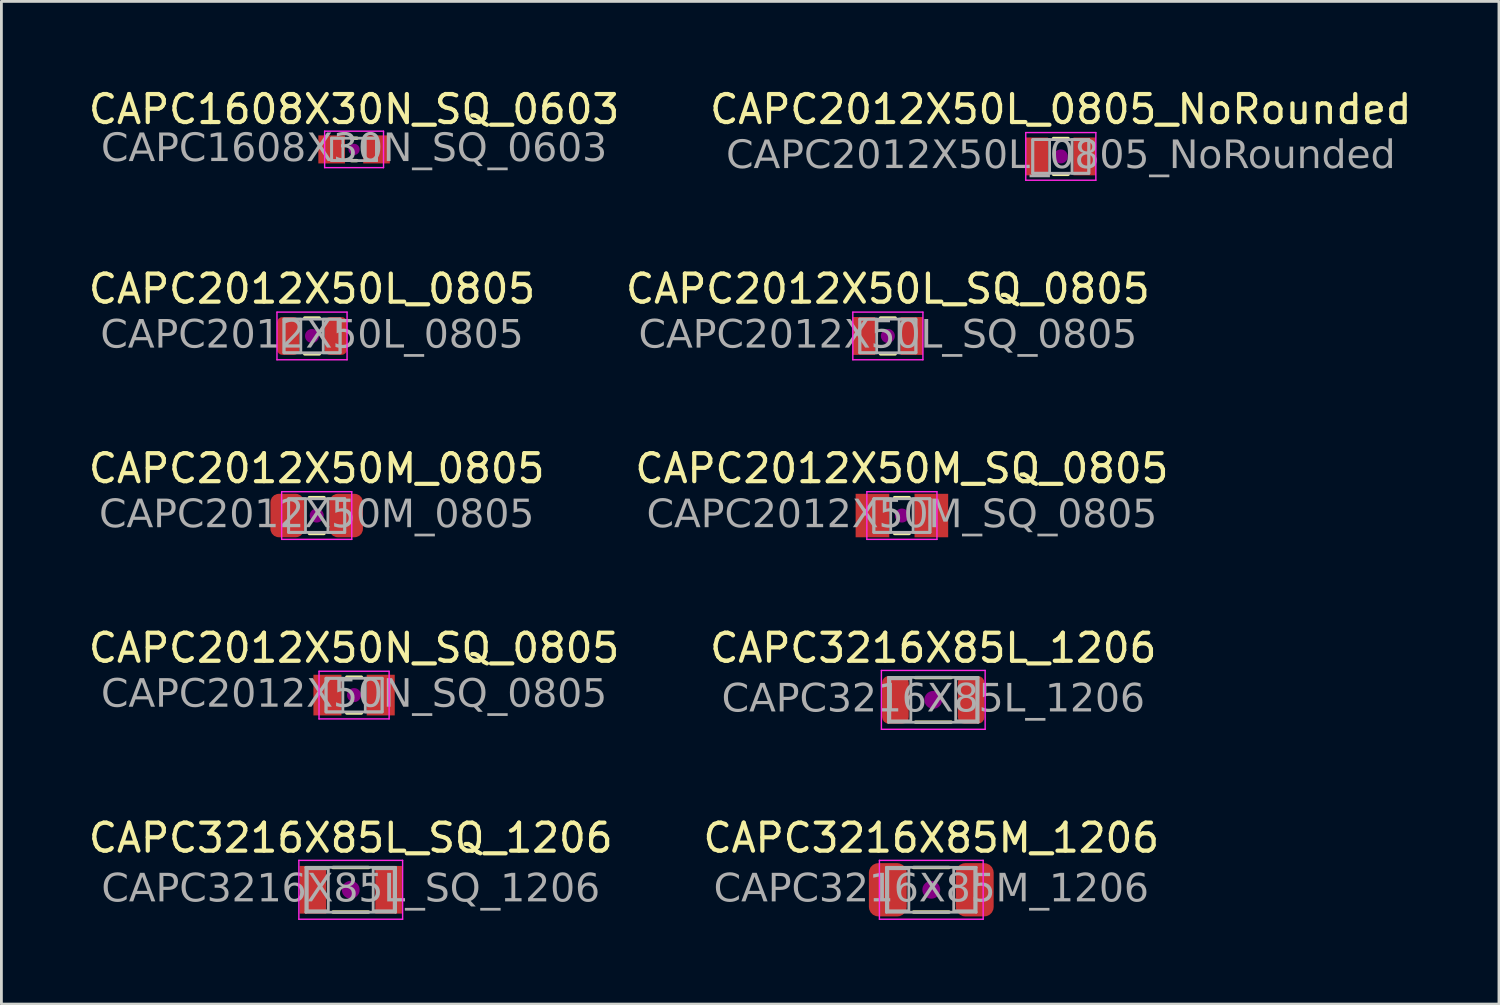
<source format=kicad_pcb>
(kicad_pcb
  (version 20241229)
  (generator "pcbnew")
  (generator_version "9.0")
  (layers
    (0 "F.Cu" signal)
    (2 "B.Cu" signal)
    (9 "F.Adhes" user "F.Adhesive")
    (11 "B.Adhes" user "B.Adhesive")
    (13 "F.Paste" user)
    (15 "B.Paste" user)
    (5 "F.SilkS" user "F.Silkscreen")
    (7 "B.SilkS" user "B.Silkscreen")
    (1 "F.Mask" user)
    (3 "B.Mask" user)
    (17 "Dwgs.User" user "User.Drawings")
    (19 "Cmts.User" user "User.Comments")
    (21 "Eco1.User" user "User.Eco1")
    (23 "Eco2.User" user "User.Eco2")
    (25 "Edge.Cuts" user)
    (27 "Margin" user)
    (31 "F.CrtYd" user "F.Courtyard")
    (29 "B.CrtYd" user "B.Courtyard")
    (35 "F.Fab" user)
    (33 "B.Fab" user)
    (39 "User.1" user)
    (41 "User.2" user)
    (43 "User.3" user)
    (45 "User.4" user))
  (footprint "CAPC3216X85L_SQ_1206"
    (layer "F.Cu")
    (at 9.458 28.681)
    (property "Reference" "CAPC3216X85L_SQ_1206" (at 0 -1.85 0) (layer "F.SilkS") (effects (font (size 1 1) (thickness 0.15))))
    (attr smd)
    (fp_line (start -0.635 -0.794) (end 0.635 -0.794) (stroke (width 0.12) (type solid)) (layer "F.SilkS"))
    (fp_line (start -0.635 0.794) (end 0.635 0.794) (stroke (width 0.12) (type solid)) (layer "F.SilkS"))
    (fp_circle (center 0 0) (end 0.318 0) (stroke (width 0) (type solid)) (fill yes) (layer "F.Adhes"))
    (fp_line (start -1.85 -1.05) (end 1.85 -1.05) (stroke (width 0.05) (type solid)) (layer "F.CrtYd"))
    (fp_line (start -1.85 1.05) (end -1.85 -1.05) (stroke (width 0.05) (type solid)) (layer "F.CrtYd"))
    (fp_line (start 1.85 -1.05) (end 1.85 1.05) (stroke (width 0.05) (type solid)) (layer "F.CrtYd"))
    (fp_line (start 1.85 1.05) (end -1.85 1.05) (stroke (width 0.05) (type solid)) (layer "F.CrtYd"))
    (fp_line (start -1.6 -0.8) (end 1.6 -0.8) (stroke (width 0.1) (type solid)) (layer "F.Fab"))
    (fp_line (start -1.6 0.8) (end -1.6 -0.8) (stroke (width 0.1) (type solid)) (layer "F.Fab"))
    (fp_line (start 1.6 -0.8) (end 1.6 0.8) (stroke (width 0.1) (type solid)) (layer "F.Fab"))
    (fp_line (start 1.6 0.8) (end -1.6 0.8) (stroke (width 0.1) (type solid)) (layer "F.Fab"))
    (fp_rect (start -0.8 0.75) (end -1.55 -0.75) (stroke (width 0.1) (type solid)) (fill no) (layer "F.Fab"))
    (fp_rect (start 0.8 -0.75) (end 1.55 0.75) (stroke (width 0.1) (type solid)) (fill no) (layer "F.Fab"))
    (fp_text user "${REFERENCE}" (at 0 0 0) (layer "F.Fab") (effects (font (face "Tahoma") (size 1 1) (thickness 0.15))))
    (pad "1" smd rect (at -1.35 0) (size 0.95 1.7) (layers "F.Cu" "F.Mask" "F.Paste"))
    (pad "2" smd rect (at 1.35 0) (size 0.95 1.7) (layers "F.Cu" "F.Mask" "F.Paste")))
  (footprint "CAPC2012X50L_0805"
    (layer "F.Cu")
    (at 8.077 8.931)
    (property "Reference" "CAPC2012X50L_0805" (at 0 -1.68 0) (layer "F.SilkS") (effects (font (size 1 1) (thickness 0.15))))
    (attr smd)
    (fp_line (start -0.261 -0.64) (end 0.261 -0.64) (stroke (width 0.12) (type solid)) (layer "F.SilkS"))
    (fp_line (start -0.261 0.64) (end 0.261 0.64) (stroke (width 0.12) (type solid)) (layer "F.SilkS"))
    (fp_circle (center 0 0) (end 0.25 0) (stroke (width 0) (type solid)) (fill yes) (layer "F.Adhes"))
    (fp_line (start -1.25 -0.85) (end 1.25 -0.85) (stroke (width 0.05) (type solid)) (layer "F.CrtYd"))
    (fp_line (start -1.25 0.85) (end -1.25 -0.85) (stroke (width 0.05) (type solid)) (layer "F.CrtYd"))
    (fp_line (start 1.25 -0.85) (end 1.25 0.85) (stroke (width 0.05) (type solid)) (layer "F.CrtYd"))
    (fp_line (start 1.25 0.85) (end -1.25 0.85) (stroke (width 0.05) (type solid)) (layer "F.CrtYd"))
    (fp_line (start -1 -0.6) (end 1 -0.6) (stroke (width 0.1) (type solid)) (layer "F.Fab"))
    (fp_line (start -1 0.6) (end -1 -0.6) (stroke (width 0.1) (type solid)) (layer "F.Fab"))
    (fp_line (start 1 -0.6) (end 1 0.6) (stroke (width 0.1) (type solid)) (layer "F.Fab"))
    (fp_line (start 1 0.6) (end -1 0.6) (stroke (width 0.1) (type solid)) (layer "F.Fab"))
    (fp_rect (start -1 -0.6) (end -0.4 0.6) (stroke (width 0.1) (type solid)) (fill no) (layer "F.Fab"))
    (fp_rect (start 0.4 -0.6) (end 1 0.6) (stroke (width 0.1) (type solid)) (fill no) (layer "F.Fab"))
    (fp_text user "${REFERENCE}" (at 0 0 0) (layer "F.Fab") (effects (font (face "Tahoma") (size 1 1) (thickness 0.15))))
    (pad "1" smd roundrect (at -0.85 0) (size 0.8 1.35) (layers "F.Cu" "F.Mask" "F.Paste") (roundrect_rratio 0.25))
    (pad "2" smd roundrect (at 0.85 0) (size 0.8 1.35) (layers "F.Cu" "F.Mask" "F.Paste") (roundrect_rratio 0.25)))
  (footprint "CAPC1608X30N_SQ_0603"
    (layer "F.Cu")
    (at 9.577 2.278)
    (property "Reference" "CAPC1608X30N_SQ_0603" (at 0 -1.43 0) (layer "F.SilkS") (effects (font (size 1 1) (thickness 0.15))))
    (attr smd)
    (fp_line (start -0.1 -0.4) (end 0.1 -0.4) (stroke (width 0.12) (type solid)) (layer "F.SilkS"))
    (fp_line (start -0.1 0.4) (end 0.1 0.4) (stroke (width 0.12) (type solid)) (layer "F.SilkS"))
    (fp_circle (center 0 0) (end 0.2 0) (stroke (width 0) (type solid)) (fill yes) (layer "F.Adhes"))
    (fp_line (start -1.05 -0.65) (end 1.05 -0.65) (stroke (width 0.05) (type solid)) (layer "F.CrtYd"))
    (fp_line (start -1.05 0.65) (end -1.05 -0.65) (stroke (width 0.05) (type solid)) (layer "F.CrtYd"))
    (fp_line (start 1.05 -0.65) (end 1.05 0.65) (stroke (width 0.05) (type solid)) (layer "F.CrtYd"))
    (fp_line (start 1.05 0.65) (end -1.05 0.65) (stroke (width 0.05) (type solid)) (layer "F.CrtYd"))
    (fp_line (start -0.8 -0.4) (end 0.8 -0.4) (stroke (width 0.1) (type solid)) (layer "F.Fab"))
    (fp_line (start -0.8 0.4) (end -0.8 -0.4) (stroke (width 0.1) (type solid)) (layer "F.Fab"))
    (fp_line (start 0.8 -0.4) (end 0.8 0.4) (stroke (width 0.1) (type solid)) (layer "F.Fab"))
    (fp_line (start 0.8 0.4) (end -0.8 0.4) (stroke (width 0.1) (type solid)) (layer "F.Fab"))
    (fp_rect (start -0.8 -0.4) (end -0.4 0.4) (stroke (width 0.1) (type solid)) (fill no) (layer "F.Fab"))
    (fp_rect (start 0.8 0.4) (end 0.4 -0.4) (stroke (width 0.1) (type solid)) (fill no) (layer "F.Fab"))
    (fp_text user "${REFERENCE}" (at 0 0 0) (layer "F.Fab") (effects (font (face "Tahoma") (size 1 1) (thickness 0.15))))
    (pad "1" smd rect (at -0.8 0) (size 0.95 1) (layers "F.Cu" "F.Mask" "F.Paste"))
    (pad "2" smd rect (at 0.8 0) (size 0.95 1) (layers "F.Cu" "F.Mask" "F.Paste")))
  (footprint "CAPC3216X85L_1206"
    (layer "F.Cu")
    (at 30.232 21.908)
    (property "Reference" "CAPC3216X85L_1206" (at 0 -1.85 0) (layer "F.SilkS") (effects (font (size 1 1) (thickness 0.15))))
    (attr smd)
    (fp_line (start -0.635 -0.794) (end 0.635 -0.794) (stroke (width 0.12) (type solid)) (layer "F.SilkS"))
    (fp_line (start -0.635 0.794) (end 0.635 0.794) (stroke (width 0.12) (type solid)) (layer "F.SilkS"))
    (fp_circle (center 0 0) (end 0.318 0) (stroke (width 0) (type solid)) (fill yes) (layer "F.Adhes"))
    (fp_line (start -1.85 -1.05) (end 1.85 -1.05) (stroke (width 0.05) (type solid)) (layer "F.CrtYd"))
    (fp_line (start -1.85 1.05) (end -1.85 -1.05) (stroke (width 0.05) (type solid)) (layer "F.CrtYd"))
    (fp_line (start 1.85 -1.05) (end 1.85 1.05) (stroke (width 0.05) (type solid)) (layer "F.CrtYd"))
    (fp_line (start 1.85 1.05) (end -1.85 1.05) (stroke (width 0.05) (type solid)) (layer "F.CrtYd"))
    (fp_line (start -1.6 -0.8) (end 1.6 -0.8) (stroke (width 0.1) (type solid)) (layer "F.Fab"))
    (fp_line (start -1.6 0.8) (end -1.6 -0.8) (stroke (width 0.1) (type solid)) (layer "F.Fab"))
    (fp_line (start 1.6 -0.8) (end 1.6 0.8) (stroke (width 0.1) (type solid)) (layer "F.Fab"))
    (fp_line (start 1.6 0.8) (end -1.6 0.8) (stroke (width 0.1) (type solid)) (layer "F.Fab"))
    (fp_rect (start -0.8 0.75) (end -1.55 -0.75) (stroke (width 0.1) (type solid)) (fill no) (layer "F.Fab"))
    (fp_rect (start 0.8 -0.75) (end 1.55 0.75) (stroke (width 0.1) (type solid)) (fill no) (layer "F.Fab"))
    (fp_text user "${REFERENCE}" (at 0 0 0) (layer "F.Fab") (effects (font (face "Tahoma") (size 1 1) (thickness 0.15))))
    (pad "1" smd roundrect (at -1.35 0) (size 0.95 1.7) (layers "F.Cu" "F.Mask" "F.Paste") (roundrect_rratio 0.25))
    (pad "2" smd roundrect (at 1.35 0) (size 0.95 1.7) (layers "F.Cu" "F.Mask" "F.Paste") (roundrect_rratio 0.25)))
  (footprint "CAPC2012X50L_0805_NoRounded"
    (layer "F.Cu")
    (at 34.78 2.528)
    (property "Reference" "CAPC2012X50L_0805_NoRounded" (at 0 -1.68 0) (layer "F.SilkS") (effects (font (size 1 1) (thickness 0.15))))
    (attr smd)
    (fp_line (start -0.261 -0.64) (end 0.261 -0.64) (stroke (width 0.12) (type solid)) (layer "F.SilkS"))
    (fp_line (start -0.261 0.64) (end 0.261 0.64) (stroke (width 0.12) (type solid)) (layer "F.SilkS"))
    (fp_circle (center 0 0) (end 0.25 0) (stroke (width 0) (type solid)) (fill yes) (layer "F.Adhes"))
    (fp_line (start -1.25 -0.85) (end 1.25 -0.85) (stroke (width 0.05) (type solid)) (layer "F.CrtYd"))
    (fp_line (start -1.25 0.85) (end -1.25 -0.85) (stroke (width 0.05) (type solid)) (layer "F.CrtYd"))
    (fp_line (start 1.25 -0.85) (end 1.25 0.85) (stroke (width 0.05) (type solid)) (layer "F.CrtYd"))
    (fp_line (start 1.25 0.85) (end -1.25 0.85) (stroke (width 0.05) (type solid)) (layer "F.CrtYd"))
    (fp_line (start -1 -0.6) (end 1 -0.6) (stroke (width 0.1) (type solid)) (layer "F.Fab"))
    (fp_line (start -1 0.6) (end -1 -0.6) (stroke (width 0.1) (type solid)) (layer "F.Fab"))
    (fp_line (start 1 -0.6) (end 1 0.6) (stroke (width 0.1) (type solid)) (layer "F.Fab"))
    (fp_line (start 1 0.6) (end -1 0.6) (stroke (width 0.1) (type solid)) (layer "F.Fab"))
    (fp_rect (start -1 -0.6) (end -0.4 0.6) (stroke (width 0.1) (type solid)) (fill no) (layer "F.Fab"))
    (fp_rect (start 0.4 -0.6) (end 1 0.6) (stroke (width 0.1) (type solid)) (fill no) (layer "F.Fab"))
    (fp_text user "${REFERENCE}" (at 0 0 0) (layer "F.Fab") (effects (font (face "Tahoma") (size 1 1) (thickness 0.15))))
    (pad "1" smd rect (at -0.85 0) (size 0.8 1.35) (layers "F.Cu" "F.Mask" "F.Paste"))
    (pad "2" smd rect (at 0.85 0) (size 0.8 1.35) (layers "F.Cu" "F.Mask" "F.Paste")))
  (footprint "CAPC2012X50M_0805"
    (layer "F.Cu")
    (at 8.244 15.335)
    (property "Reference" "CAPC2012X50M_0805" (at 0 -1.68 0) (layer "F.SilkS") (effects (font (size 1 1) (thickness 0.15))))
    (attr smd)
    (fp_line (start -0.261 -0.64) (end 0.261 -0.64) (stroke (width 0.12) (type solid)) (layer "F.SilkS"))
    (fp_line (start -0.261 0.64) (end 0.261 0.64) (stroke (width 0.12) (type solid)) (layer "F.SilkS"))
    (fp_circle (center 0 0) (end 0.25 0) (stroke (width 0) (type solid)) (fill yes) (layer "F.Adhes"))
    (fp_line (start -1.25 -0.85) (end 1.25 -0.85) (stroke (width 0.05) (type solid)) (layer "F.CrtYd"))
    (fp_line (start -1.25 0.85) (end -1.25 -0.85) (stroke (width 0.05) (type solid)) (layer "F.CrtYd"))
    (fp_line (start 1.25 -0.85) (end 1.25 0.85) (stroke (width 0.05) (type solid)) (layer "F.CrtYd"))
    (fp_line (start 1.25 0.85) (end -1.25 0.85) (stroke (width 0.05) (type solid)) (layer "F.CrtYd"))
    (fp_line (start -1 -0.6) (end 1 -0.6) (stroke (width 0.1) (type solid)) (layer "F.Fab"))
    (fp_line (start -1 0.6) (end -1 -0.6) (stroke (width 0.1) (type solid)) (layer "F.Fab"))
    (fp_line (start 1 -0.6) (end 1 0.6) (stroke (width 0.1) (type solid)) (layer "F.Fab"))
    (fp_line (start 1 0.6) (end -1 0.6) (stroke (width 0.1) (type solid)) (layer "F.Fab"))
    (fp_rect (start -1 -0.6) (end -0.4 0.6) (stroke (width 0.1) (type solid)) (fill no) (layer "F.Fab"))
    (fp_rect (start 0.4 -0.6) (end 1 0.6) (stroke (width 0.1) (type solid)) (fill no) (layer "F.Fab"))
    (fp_text user "${REFERENCE}" (at 0 0 0) (layer "F.Fab") (effects (font (face "Tahoma") (size 1 1) (thickness 0.15))))
    (pad "1" smd roundrect (at -1.05 0) (size 1.2 1.55) (layers "F.Cu" "F.Mask" "F.Paste") (roundrect_rratio 0.25))
    (pad "2" smd roundrect (at 1.05 0) (size 1.2 1.55) (layers "F.Cu" "F.Mask" "F.Paste") (roundrect_rratio 0.25)))
  (footprint "CAPC3216X85M_1206"
    (layer "F.Cu")
    (at 30.161 28.681)
    (property "Reference" "CAPC3216X85M_1206" (at 0 -1.85 0) (layer "F.SilkS") (effects (font (size 1 1) (thickness 0.15))))
    (attr smd)
    (fp_line (start -0.635 -0.794) (end 0.635 -0.794) (stroke (width 0.12) (type solid)) (layer "F.SilkS"))
    (fp_line (start -0.635 0.794) (end 0.635 0.794) (stroke (width 0.12) (type solid)) (layer "F.SilkS"))
    (fp_circle (center 0 0) (end 0.318 0) (stroke (width 0) (type solid)) (fill yes) (layer "F.Adhes"))
    (fp_line (start -1.85 -1.05) (end 1.85 -1.05) (stroke (width 0.05) (type solid)) (layer "F.CrtYd"))
    (fp_line (start -1.85 1.05) (end -1.85 -1.05) (stroke (width 0.05) (type solid)) (layer "F.CrtYd"))
    (fp_line (start 1.85 -1.05) (end 1.85 1.05) (stroke (width 0.05) (type solid)) (layer "F.CrtYd"))
    (fp_line (start 1.85 1.05) (end -1.85 1.05) (stroke (width 0.05) (type solid)) (layer "F.CrtYd"))
    (fp_line (start -1.6 -0.8) (end 1.6 -0.8) (stroke (width 0.1) (type solid)) (layer "F.Fab"))
    (fp_line (start -1.6 0.8) (end -1.6 -0.8) (stroke (width 0.1) (type solid)) (layer "F.Fab"))
    (fp_line (start 1.6 -0.8) (end 1.6 0.8) (stroke (width 0.1) (type solid)) (layer "F.Fab"))
    (fp_line (start 1.6 0.8) (end -1.6 0.8) (stroke (width 0.1) (type solid)) (layer "F.Fab"))
    (fp_rect (start -0.8 0.75) (end -1.55 -0.75) (stroke (width 0.1) (type solid)) (fill no) (layer "F.Fab"))
    (fp_rect (start 0.8 -0.75) (end 1.55 0.75) (stroke (width 0.1) (type solid)) (fill no) (layer "F.Fab"))
    (fp_text user "${REFERENCE}" (at 0 0 0) (layer "F.Fab") (effects (font (face "Tahoma") (size 1 1) (thickness 0.15))))
    (pad "1" smd roundrect (at -1.55 0) (size 1.35 1.9) (layers "F.Cu" "F.Mask" "F.Paste") (roundrect_rratio 0.25))
    (pad "2" smd roundrect (at 1.55 0) (size 1.35 1.9) (layers "F.Cu" "F.Mask" "F.Paste") (roundrect_rratio 0.25)))
  (footprint "CAPC2012X50N_SQ_0805"
    (layer "F.Cu")
    (at 9.577 21.738)
    (property "Reference" "CAPC2012X50N_SQ_0805" (at 0 -1.68 0) (layer "F.SilkS") (effects (font (size 1 1) (thickness 0.15))))
    (attr smd)
    (fp_line (start -0.261 -0.64) (end 0.261 -0.64) (stroke (width 0.12) (type solid)) (layer "F.SilkS"))
    (fp_line (start -0.261 0.64) (end 0.261 0.64) (stroke (width 0.12) (type solid)) (layer "F.SilkS"))
    (fp_circle (center 0 0) (end 0.25 0) (stroke (width 0) (type solid)) (fill yes) (layer "F.Adhes"))
    (fp_line (start -1.25 -0.85) (end 1.25 -0.85) (stroke (width 0.05) (type solid)) (layer "F.CrtYd"))
    (fp_line (start -1.25 0.85) (end -1.25 -0.85) (stroke (width 0.05) (type solid)) (layer "F.CrtYd"))
    (fp_line (start 1.25 -0.85) (end 1.25 0.85) (stroke (width 0.05) (type solid)) (layer "F.CrtYd"))
    (fp_line (start 1.25 0.85) (end -1.25 0.85) (stroke (width 0.05) (type solid)) (layer "F.CrtYd"))
    (fp_line (start -1 -0.6) (end 1 -0.6) (stroke (width 0.1) (type solid)) (layer "F.Fab"))
    (fp_line (start -1 0.6) (end -1 -0.6) (stroke (width 0.1) (type solid)) (layer "F.Fab"))
    (fp_line (start 1 -0.6) (end 1 0.6) (stroke (width 0.1) (type solid)) (layer "F.Fab"))
    (fp_line (start 1 0.6) (end -1 0.6) (stroke (width 0.1) (type solid)) (layer "F.Fab"))
    (fp_rect (start -1 -0.6) (end -0.4 0.6) (stroke (width 0.1) (type solid)) (fill no) (layer "F.Fab"))
    (fp_rect (start 0.4 -0.6) (end 1 0.6) (stroke (width 0.1) (type solid)) (fill no) (layer "F.Fab"))
    (fp_text user "${REFERENCE}" (at 0 0 0) (layer "F.Fab") (effects (font (face "Tahoma") (size 1 1) (thickness 0.15))))
    (pad "1" smd rect (at -0.95 0) (size 1 1.45) (layers "F.Cu" "F.Mask" "F.Paste"))
    (pad "2" smd rect (at 0.95 0) (size 1 1.45) (layers "F.Cu" "F.Mask" "F.Paste")))
  (footprint "CAPC2012X50L_SQ_0805"
    (layer "F.Cu")
    (at 28.613 8.931)
    (property "Reference" "CAPC2012X50L_SQ_0805" (at 0 -1.68 0) (layer "F.SilkS") (effects (font (size 1 1) (thickness 0.15))))
    (attr smd)
    (fp_line (start -0.261 -0.64) (end 0.261 -0.64) (stroke (width 0.12) (type solid)) (layer "F.SilkS"))
    (fp_line (start -0.261 0.64) (end 0.261 0.64) (stroke (width 0.12) (type solid)) (layer "F.SilkS"))
    (fp_circle (center 0 0) (end 0.25 0) (stroke (width 0) (type solid)) (fill yes) (layer "F.Adhes"))
    (fp_line (start -1.25 -0.85) (end 1.25 -0.85) (stroke (width 0.05) (type solid)) (layer "F.CrtYd"))
    (fp_line (start -1.25 0.85) (end -1.25 -0.85) (stroke (width 0.05) (type solid)) (layer "F.CrtYd"))
    (fp_line (start 1.25 -0.85) (end 1.25 0.85) (stroke (width 0.05) (type solid)) (layer "F.CrtYd"))
    (fp_line (start 1.25 0.85) (end -1.25 0.85) (stroke (width 0.05) (type solid)) (layer "F.CrtYd"))
    (fp_line (start -1 -0.6) (end 1 -0.6) (stroke (width 0.1) (type solid)) (layer "F.Fab"))
    (fp_line (start -1 0.6) (end -1 -0.6) (stroke (width 0.1) (type solid)) (layer "F.Fab"))
    (fp_line (start 1 -0.6) (end 1 0.6) (stroke (width 0.1) (type solid)) (layer "F.Fab"))
    (fp_line (start 1 0.6) (end -1 0.6) (stroke (width 0.1) (type solid)) (layer "F.Fab"))
    (fp_rect (start -1 -0.6) (end -0.4 0.6) (stroke (width 0.1) (type solid)) (fill no) (layer "F.Fab"))
    (fp_rect (start 0.4 -0.6) (end 1 0.6) (stroke (width 0.1) (type solid)) (fill no) (layer "F.Fab"))
    (fp_text user "${REFERENCE}" (at 0 0 0) (layer "F.Fab") (effects (font (face "Tahoma") (size 1 1) (thickness 0.15))))
    (pad "1" smd rect (at -0.85 0) (size 0.8 1.35) (layers "F.Cu" "F.Mask" "F.Paste"))
    (pad "2" smd rect (at 0.85 0) (size 0.8 1.35) (layers "F.Cu" "F.Mask" "F.Paste")))
  (footprint "CAPC2012X50M_SQ_0805"
    (layer "F.Cu")
    (at 29.113 15.335)
    (property "Reference" "CAPC2012X50M_SQ_0805" (at 0 -1.68 0) (layer "F.SilkS") (effects (font (size 1 1) (thickness 0.15))))
    (attr smd)
    (fp_line (start -0.261 -0.64) (end 0.261 -0.64) (stroke (width 0.12) (type solid)) (layer "F.SilkS"))
    (fp_line (start -0.261 0.64) (end 0.261 0.64) (stroke (width 0.12) (type solid)) (layer "F.SilkS"))
    (fp_circle (center 0 0) (end 0.25 0) (stroke (width 0) (type solid)) (fill yes) (layer "F.Adhes"))
    (fp_line (start -1.25 -0.85) (end 1.25 -0.85) (stroke (width 0.05) (type solid)) (layer "F.CrtYd"))
    (fp_line (start -1.25 0.85) (end -1.25 -0.85) (stroke (width 0.05) (type solid)) (layer "F.CrtYd"))
    (fp_line (start 1.25 -0.85) (end 1.25 0.85) (stroke (width 0.05) (type solid)) (layer "F.CrtYd"))
    (fp_line (start 1.25 0.85) (end -1.25 0.85) (stroke (width 0.05) (type solid)) (layer "F.CrtYd"))
    (fp_line (start -1 -0.6) (end 1 -0.6) (stroke (width 0.1) (type solid)) (layer "F.Fab"))
    (fp_line (start -1 0.6) (end -1 -0.6) (stroke (width 0.1) (type solid)) (layer "F.Fab"))
    (fp_line (start 1 -0.6) (end 1 0.6) (stroke (width 0.1) (type solid)) (layer "F.Fab"))
    (fp_line (start 1 0.6) (end -1 0.6) (stroke (width 0.1) (type solid)) (layer "F.Fab"))
    (fp_rect (start -1 -0.6) (end -0.4 0.6) (stroke (width 0.1) (type solid)) (fill no) (layer "F.Fab"))
    (fp_rect (start 0.4 -0.6) (end 1 0.6) (stroke (width 0.1) (type solid)) (fill no) (layer "F.Fab"))
    (fp_text user "${REFERENCE}" (at 0 0 0) (layer "F.Fab") (effects (font (face "Tahoma") (size 1 1) (thickness 0.15))))
    (pad "1" smd rect (at -1.05 0) (size 1.2 1.55) (layers "F.Cu" "F.Mask" "F.Paste"))
    (pad "2" smd rect (at 1.05 0) (size 1.2 1.55) (layers "F.Cu" "F.Mask" "F.Paste")))
  (gr_rect
    (start -3 -3)
    (end 50.405 32.756)
    (stroke (width 0.1) (type default))
    (fill no)
    (layer "Edge.Cuts")))
</source>
